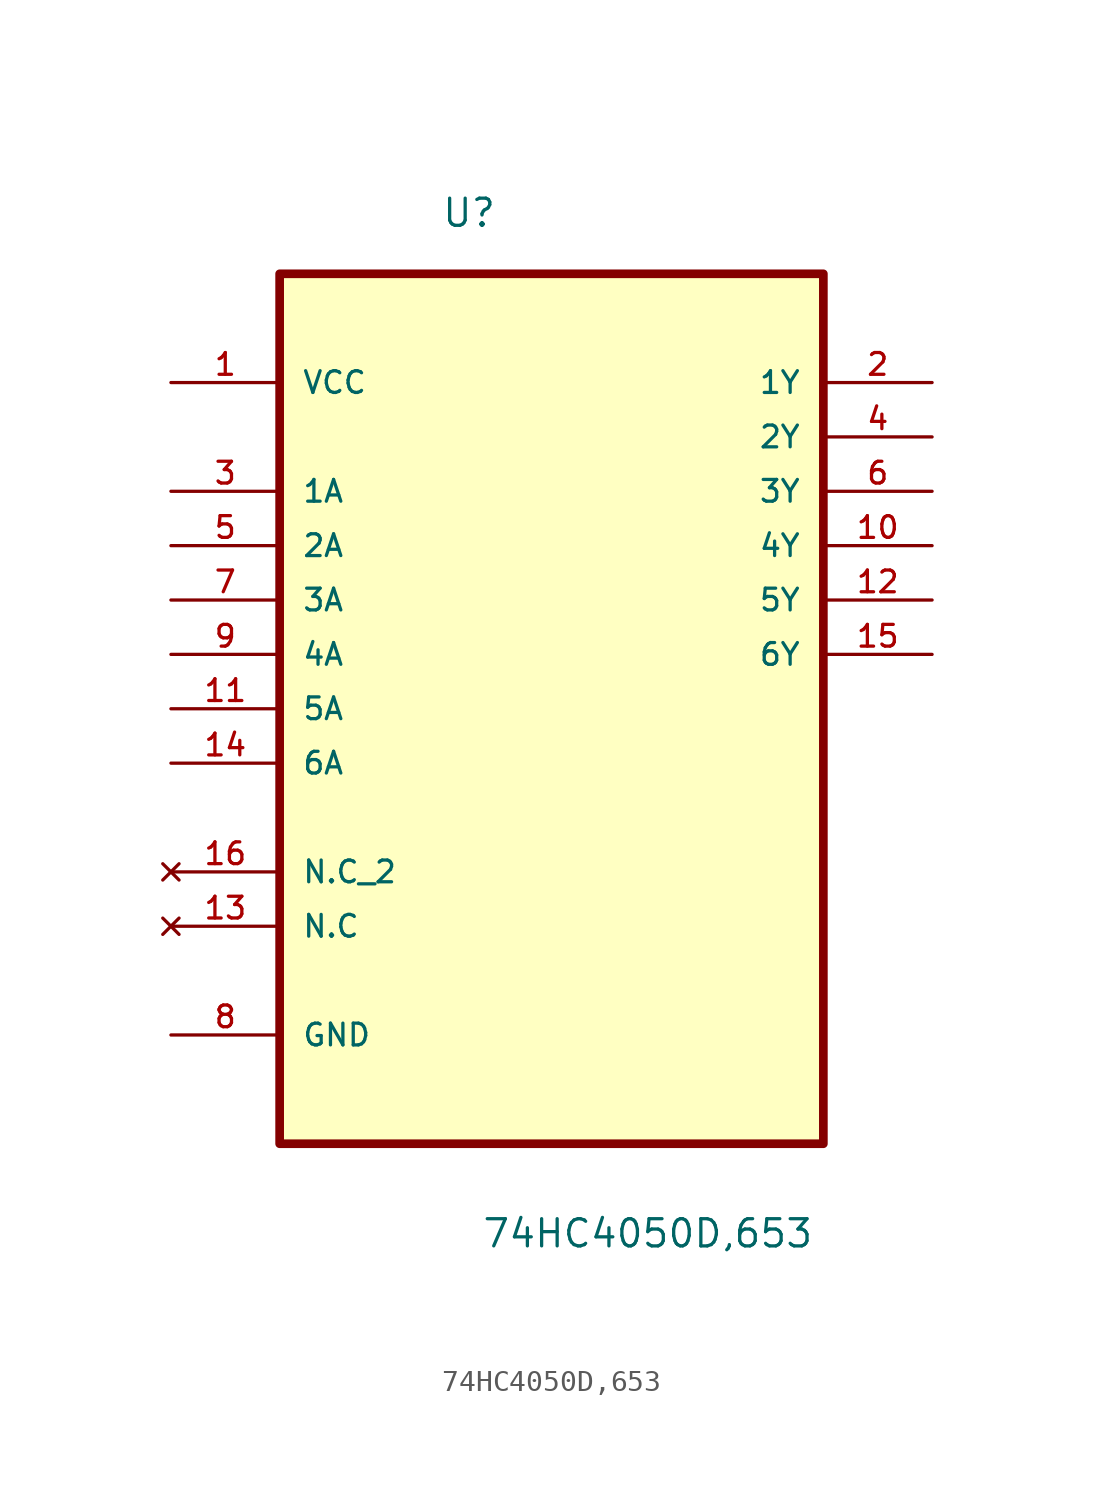
<source format=kicad_sym>
(kicad_symbol_lib
  (version 20211014)
  (generator kicad_symbol_editor)
  (symbol "74HC4050D,653"
    (pin_names
      (offset 1.016))
    (property "Reference" "U"
      (at -5.161 19.881 0.0)
      (effects (font (size 1.27 1.27)) (justify bottom left)))
    (property "Value" "74HC4050D,653"
      (at -3.283 -27.795 0.0)
      (effects (font (size 1.27 1.27)) (justify bottom left)))
    (symbol "74HC4050D,653_0_0"
      (rectangle (start -12.7 -22.86) (end 12.7 17.78) (stroke (width 0.406)) (fill (type background)))
      (pin power_in line (at -17.78 12.7 0) (length 5.08) (name "VCC" (effects (font (size 1.016 1.016)))) (number "1" (effects (font (size 1.016 1.016)))))
      (pin input line (at -17.78 7.62 0) (length 5.08) (name "1A" (effects (font (size 1.016 1.016)))) (number "3" (effects (font (size 1.016 1.016)))))
      (pin input line (at -17.78 5.08 0) (length 5.08) (name "2A" (effects (font (size 1.016 1.016)))) (number "5" (effects (font (size 1.016 1.016)))))
      (pin input line (at -17.78 2.54 0) (length 5.08) (name "3A" (effects (font (size 1.016 1.016)))) (number "7" (effects (font (size 1.016 1.016)))))
      (pin input line (at -17.78 0.0 0) (length 5.08) (name "4A" (effects (font (size 1.016 1.016)))) (number "9" (effects (font (size 1.016 1.016)))))
      (pin input line (at -17.78 -2.54 0) (length 5.08) (name "5A" (effects (font (size 1.016 1.016)))) (number "11" (effects (font (size 1.016 1.016)))))
      (pin input line (at -17.78 -5.08 0) (length 5.08) (name "6A" (effects (font (size 1.016 1.016)))) (number "14" (effects (font (size 1.016 1.016)))))
      (pin no_connect line (at -17.78 -10.16 0) (length 5.08) (name "N.C_2" (effects (font (size 1.016 1.016)))) (number "16" (effects (font (size 1.016 1.016)))))
      (pin no_connect line (at -17.78 -12.7 0) (length 5.08) (name "N.C" (effects (font (size 1.016 1.016)))) (number "13" (effects (font (size 1.016 1.016)))))
      (pin passive line (at -17.78 -17.78 0) (length 5.08) (name "GND" (effects (font (size 1.016 1.016)))) (number "8" (effects (font (size 1.016 1.016)))))
      (pin output line (at 17.78 12.7 180.0) (length 5.08) (name "1Y" (effects (font (size 1.016 1.016)))) (number "2" (effects (font (size 1.016 1.016)))))
      (pin output line (at 17.78 10.16 180.0) (length 5.08) (name "2Y" (effects (font (size 1.016 1.016)))) (number "4" (effects (font (size 1.016 1.016)))))
      (pin output line (at 17.78 7.62 180.0) (length 5.08) (name "3Y" (effects (font (size 1.016 1.016)))) (number "6" (effects (font (size 1.016 1.016)))))
      (pin output line (at 17.78 5.08 180.0) (length 5.08) (name "4Y" (effects (font (size 1.016 1.016)))) (number "10" (effects (font (size 1.016 1.016)))))
      (pin output line (at 17.78 2.54 180.0) (length 5.08) (name "5Y" (effects (font (size 1.016 1.016)))) (number "12" (effects (font (size 1.016 1.016)))))
      (pin output line (at 17.78 0.0 180.0) (length 5.08) (name "6Y" (effects (font (size 1.016 1.016)))) (number "15" (effects (font (size 1.016 1.016))))))))
</source>
